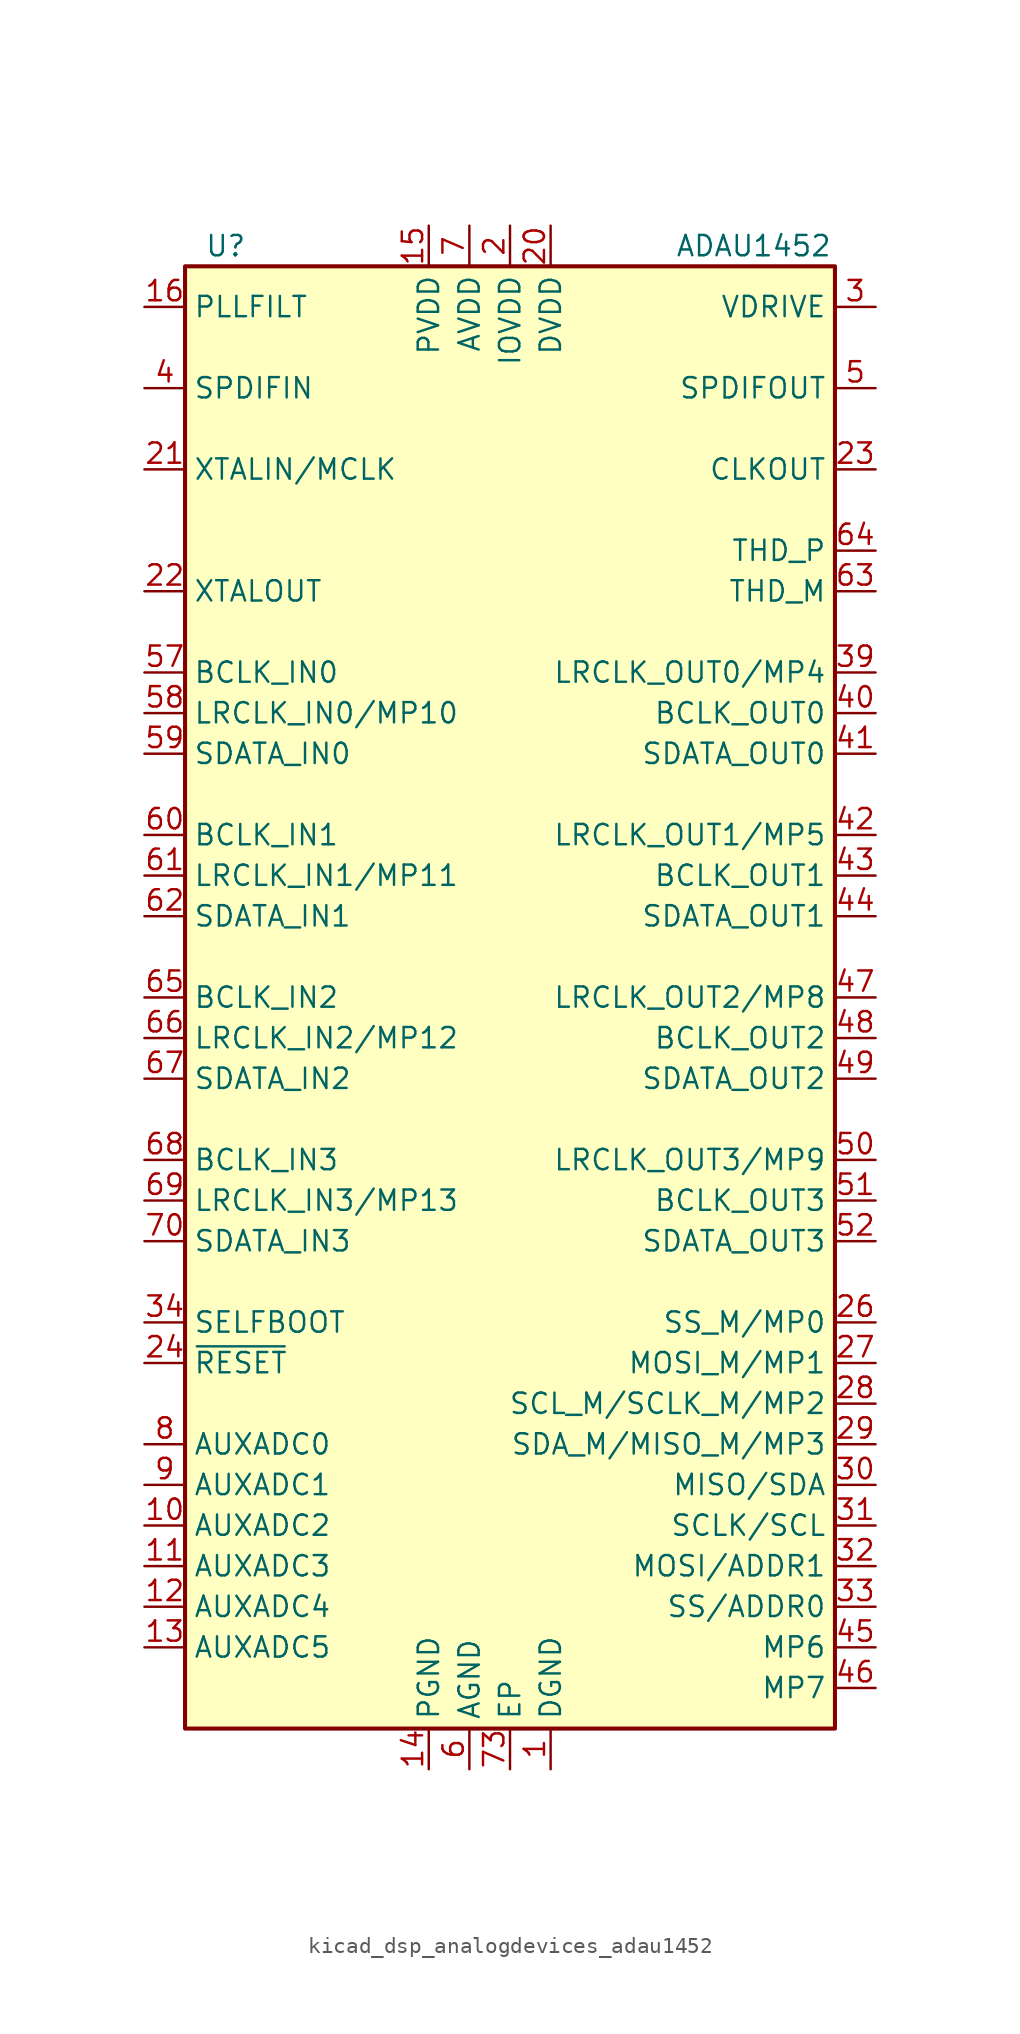
<source format=kicad_sym>
(kicad_symbol_lib
  (version 20220914)
  (generator kicad_symbol_editor)
  (symbol "kicad_dsp_analogdevices_adau1452"
    (property "Reference" "U"
      (at -17.78 46.99 0)
      (effects (font (size 1.27 1.27))))
    (property "Value" "ADAU1452"
      (at 15.24 46.99 0)
      (effects (font (size 1.27 1.27))))
    (symbol "kicad_dsp_analogdevices_adau1452_0_1"
      (rectangle (start -20.32 45.72) (end 20.32 -45.72) (stroke (width 0.254) (type default)) (fill (type background))))
    (symbol "kicad_dsp_analogdevices_adau1452_1_1"
      (pin power_in line (at 2.54 -48.26 90) (length 2.54) (name "DGND" (effects (font (size 1.27 1.27)))) (number "1" (effects (font (size 1.27 1.27)))))
      (pin input line (at -22.86 -33.02 0) (length 2.54) (name "AUXADC2" (effects (font (size 1.27 1.27)))) (number "10" (effects (font (size 1.27 1.27)))))
      (pin input line (at -22.86 -35.56 0) (length 2.54) (name "AUXADC3" (effects (font (size 1.27 1.27)))) (number "11" (effects (font (size 1.27 1.27)))))
      (pin input line (at -22.86 -38.1 0) (length 2.54) (name "AUXADC4" (effects (font (size 1.27 1.27)))) (number "12" (effects (font (size 1.27 1.27)))))
      (pin input line (at -22.86 -40.64 0) (length 2.54) (name "AUXADC5" (effects (font (size 1.27 1.27)))) (number "13" (effects (font (size 1.27 1.27)))))
      (pin power_in line (at -5.08 -48.26 90) (length 2.54) (name "PGND" (effects (font (size 1.27 1.27)))) (number "14" (effects (font (size 1.27 1.27)))))
      (pin power_in line (at -5.08 48.26 270) (length 2.54) (name "PVDD" (effects (font (size 1.27 1.27)))) (number "15" (effects (font (size 1.27 1.27)))))
      (pin passive line (at -22.86 43.18 0) (length 2.54) (name "PLLFILT" (effects (font (size 1.27 1.27)))) (number "16" (effects (font (size 1.27 1.27)))))
      (pin passive line (at 2.54 -48.26 90) (length 2.54) hide (name "DGND" (effects (font (size 1.27 1.27)))) (number "17" (effects (font (size 1.27 1.27)))))
      (pin passive line (at 0 48.26 270) (length 2.54) hide (name "IOVDD" (effects (font (size 1.27 1.27)))) (number "18" (effects (font (size 1.27 1.27)))))
      (pin passive line (at 2.54 -48.26 90) (length 2.54) hide (name "DGND" (effects (font (size 1.27 1.27)))) (number "19" (effects (font (size 1.27 1.27)))))
      (pin power_in line (at 0 48.26 270) (length 2.54) (name "IOVDD" (effects (font (size 1.27 1.27)))) (number "2" (effects (font (size 1.27 1.27)))))
      (pin power_in line (at 2.54 48.26 270) (length 2.54) (name "DVDD" (effects (font (size 1.27 1.27)))) (number "20" (effects (font (size 1.27 1.27)))))
      (pin input line (at -22.86 33.02 0) (length 2.54) (name "XTALIN/MCLK" (effects (font (size 1.27 1.27)))) (number "21" (effects (font (size 1.27 1.27)))))
      (pin output line (at -22.86 25.4 0) (length 2.54) (name "XTALOUT" (effects (font (size 1.27 1.27)))) (number "22" (effects (font (size 1.27 1.27)))))
      (pin output line (at 22.86 33.02 180) (length 2.54) (name "CLKOUT" (effects (font (size 1.27 1.27)))) (number "23" (effects (font (size 1.27 1.27)))))
      (pin input line (at -22.86 -22.86 0) (length 2.54) (name "~{RESET}" (effects (font (size 1.27 1.27)))) (number "24" (effects (font (size 1.27 1.27)))))
      (pin passive line (at 2.54 -48.26 90) (length 2.54) hide (name "DGND" (effects (font (size 1.27 1.27)))) (number "25" (effects (font (size 1.27 1.27)))))
      (pin bidirectional line (at 22.86 -20.32 180) (length 2.54) (name "SS_M/MP0" (effects (font (size 1.27 1.27)))) (number "26" (effects (font (size 1.27 1.27)))))
      (pin bidirectional line (at 22.86 -22.86 180) (length 2.54) (name "MOSI_M/MP1" (effects (font (size 1.27 1.27)))) (number "27" (effects (font (size 1.27 1.27)))))
      (pin bidirectional line (at 22.86 -25.4 180) (length 2.54) (name "SCL_M/SCLK_M/MP2" (effects (font (size 1.27 1.27)))) (number "28" (effects (font (size 1.27 1.27)))))
      (pin bidirectional line (at 22.86 -27.94 180) (length 2.54) (name "SDA_M/MISO_M/MP3" (effects (font (size 1.27 1.27)))) (number "29" (effects (font (size 1.27 1.27)))))
      (pin output line (at 22.86 43.18 180) (length 2.54) (name "VDRIVE" (effects (font (size 1.27 1.27)))) (number "3" (effects (font (size 1.27 1.27)))))
      (pin bidirectional line (at 22.86 -30.48 180) (length 2.54) (name "MISO/SDA" (effects (font (size 1.27 1.27)))) (number "30" (effects (font (size 1.27 1.27)))))
      (pin input line (at 22.86 -33.02 180) (length 2.54) (name "SCLK/SCL" (effects (font (size 1.27 1.27)))) (number "31" (effects (font (size 1.27 1.27)))))
      (pin input line (at 22.86 -35.56 180) (length 2.54) (name "MOSI/ADDR1" (effects (font (size 1.27 1.27)))) (number "32" (effects (font (size 1.27 1.27)))))
      (pin input line (at 22.86 -38.1 180) (length 2.54) (name "SS/ADDR0" (effects (font (size 1.27 1.27)))) (number "33" (effects (font (size 1.27 1.27)))))
      (pin input line (at -22.86 -20.32 0) (length 2.54) (name "SELFBOOT" (effects (font (size 1.27 1.27)))) (number "34" (effects (font (size 1.27 1.27)))))
      (pin passive line (at 2.54 48.26 270) (length 2.54) hide (name "DVDD" (effects (font (size 1.27 1.27)))) (number "35" (effects (font (size 1.27 1.27)))))
      (pin passive line (at 2.54 -48.26 90) (length 2.54) hide (name "DGND" (effects (font (size 1.27 1.27)))) (number "36" (effects (font (size 1.27 1.27)))))
      (pin passive line (at 2.54 -48.26 90) (length 2.54) hide (name "DGND" (effects (font (size 1.27 1.27)))) (number "37" (effects (font (size 1.27 1.27)))))
      (pin passive line (at 0 48.26 270) (length 2.54) hide (name "IOVDD" (effects (font (size 1.27 1.27)))) (number "38" (effects (font (size 1.27 1.27)))))
      (pin bidirectional line (at 22.86 20.32 180) (length 2.54) (name "LRCLK_OUT0/MP4" (effects (font (size 1.27 1.27)))) (number "39" (effects (font (size 1.27 1.27)))))
      (pin input line (at -22.86 38.1 0) (length 2.54) (name "SPDIFIN" (effects (font (size 1.27 1.27)))) (number "4" (effects (font (size 1.27 1.27)))))
      (pin bidirectional line (at 22.86 17.78 180) (length 2.54) (name "BCLK_OUT0" (effects (font (size 1.27 1.27)))) (number "40" (effects (font (size 1.27 1.27)))))
      (pin output line (at 22.86 15.24 180) (length 2.54) (name "SDATA_OUT0" (effects (font (size 1.27 1.27)))) (number "41" (effects (font (size 1.27 1.27)))))
      (pin bidirectional line (at 22.86 10.16 180) (length 2.54) (name "LRCLK_OUT1/MP5" (effects (font (size 1.27 1.27)))) (number "42" (effects (font (size 1.27 1.27)))))
      (pin bidirectional line (at 22.86 7.62 180) (length 2.54) (name "BCLK_OUT1" (effects (font (size 1.27 1.27)))) (number "43" (effects (font (size 1.27 1.27)))))
      (pin output line (at 22.86 5.08 180) (length 2.54) (name "SDATA_OUT1" (effects (font (size 1.27 1.27)))) (number "44" (effects (font (size 1.27 1.27)))))
      (pin bidirectional line (at 22.86 -40.64 180) (length 2.54) (name "MP6" (effects (font (size 1.27 1.27)))) (number "45" (effects (font (size 1.27 1.27)))))
      (pin bidirectional line (at 22.86 -43.18 180) (length 2.54) (name "MP7" (effects (font (size 1.27 1.27)))) (number "46" (effects (font (size 1.27 1.27)))))
      (pin bidirectional line (at 22.86 0 180) (length 2.54) (name "LRCLK_OUT2/MP8" (effects (font (size 1.27 1.27)))) (number "47" (effects (font (size 1.27 1.27)))))
      (pin bidirectional line (at 22.86 -2.54 180) (length 2.54) (name "BCLK_OUT2" (effects (font (size 1.27 1.27)))) (number "48" (effects (font (size 1.27 1.27)))))
      (pin output line (at 22.86 -5.08 180) (length 2.54) (name "SDATA_OUT2" (effects (font (size 1.27 1.27)))) (number "49" (effects (font (size 1.27 1.27)))))
      (pin output line (at 22.86 38.1 180) (length 2.54) (name "SPDIFOUT" (effects (font (size 1.27 1.27)))) (number "5" (effects (font (size 1.27 1.27)))))
      (pin bidirectional line (at 22.86 -10.16 180) (length 2.54) (name "LRCLK_OUT3/MP9" (effects (font (size 1.27 1.27)))) (number "50" (effects (font (size 1.27 1.27)))))
      (pin bidirectional line (at 22.86 -12.7 180) (length 2.54) (name "BCLK_OUT3" (effects (font (size 1.27 1.27)))) (number "51" (effects (font (size 1.27 1.27)))))
      (pin output line (at 22.86 -15.24 180) (length 2.54) (name "SDATA_OUT3" (effects (font (size 1.27 1.27)))) (number "52" (effects (font (size 1.27 1.27)))))
      (pin passive line (at 2.54 48.26 270) (length 2.54) hide (name "DVDD" (effects (font (size 1.27 1.27)))) (number "53" (effects (font (size 1.27 1.27)))))
      (pin passive line (at 2.54 -48.26 90) (length 2.54) hide (name "DGND" (effects (font (size 1.27 1.27)))) (number "54" (effects (font (size 1.27 1.27)))))
      (pin passive line (at 2.54 -48.26 90) (length 2.54) hide (name "DGND" (effects (font (size 1.27 1.27)))) (number "55" (effects (font (size 1.27 1.27)))))
      (pin passive line (at 0 48.26 270) (length 2.54) hide (name "IOVDD" (effects (font (size 1.27 1.27)))) (number "56" (effects (font (size 1.27 1.27)))))
      (pin bidirectional line (at -22.86 20.32 0) (length 2.54) (name "BCLK_IN0" (effects (font (size 1.27 1.27)))) (number "57" (effects (font (size 1.27 1.27)))))
      (pin bidirectional line (at -22.86 17.78 0) (length 2.54) (name "LRCLK_IN0/MP10" (effects (font (size 1.27 1.27)))) (number "58" (effects (font (size 1.27 1.27)))))
      (pin input line (at -22.86 15.24 0) (length 2.54) (name "SDATA_IN0" (effects (font (size 1.27 1.27)))) (number "59" (effects (font (size 1.27 1.27)))))
      (pin power_in line (at -2.54 -48.26 90) (length 2.54) (name "AGND" (effects (font (size 1.27 1.27)))) (number "6" (effects (font (size 1.27 1.27)))))
      (pin bidirectional line (at -22.86 10.16 0) (length 2.54) (name "BCLK_IN1" (effects (font (size 1.27 1.27)))) (number "60" (effects (font (size 1.27 1.27)))))
      (pin bidirectional line (at -22.86 7.62 0) (length 2.54) (name "LRCLK_IN1/MP11" (effects (font (size 1.27 1.27)))) (number "61" (effects (font (size 1.27 1.27)))))
      (pin input line (at -22.86 5.08 0) (length 2.54) (name "SDATA_IN1" (effects (font (size 1.27 1.27)))) (number "62" (effects (font (size 1.27 1.27)))))
      (pin passive line (at 22.86 25.4 180) (length 2.54) (name "THD_M" (effects (font (size 1.27 1.27)))) (number "63" (effects (font (size 1.27 1.27)))))
      (pin passive line (at 22.86 27.94 180) (length 2.54) (name "THD_P" (effects (font (size 1.27 1.27)))) (number "64" (effects (font (size 1.27 1.27)))))
      (pin bidirectional line (at -22.86 0 0) (length 2.54) (name "BCLK_IN2" (effects (font (size 1.27 1.27)))) (number "65" (effects (font (size 1.27 1.27)))))
      (pin bidirectional line (at -22.86 -2.54 0) (length 2.54) (name "LRCLK_IN2/MP12" (effects (font (size 1.27 1.27)))) (number "66" (effects (font (size 1.27 1.27)))))
      (pin input line (at -22.86 -5.08 0) (length 2.54) (name "SDATA_IN2" (effects (font (size 1.27 1.27)))) (number "67" (effects (font (size 1.27 1.27)))))
      (pin bidirectional line (at -22.86 -10.16 0) (length 2.54) (name "BCLK_IN3" (effects (font (size 1.27 1.27)))) (number "68" (effects (font (size 1.27 1.27)))))
      (pin bidirectional line (at -22.86 -12.7 0) (length 2.54) (name "LRCLK_IN3/MP13" (effects (font (size 1.27 1.27)))) (number "69" (effects (font (size 1.27 1.27)))))
      (pin power_in line (at -2.54 48.26 270) (length 2.54) (name "AVDD" (effects (font (size 1.27 1.27)))) (number "7" (effects (font (size 1.27 1.27)))))
      (pin input line (at -22.86 -15.24 0) (length 2.54) (name "SDATA_IN3" (effects (font (size 1.27 1.27)))) (number "70" (effects (font (size 1.27 1.27)))))
      (pin passive line (at 2.54 48.26 270) (length 2.54) hide (name "DVDD" (effects (font (size 1.27 1.27)))) (number "71" (effects (font (size 1.27 1.27)))))
      (pin passive line (at 2.54 -48.26 90) (length 2.54) hide (name "DGND" (effects (font (size 1.27 1.27)))) (number "72" (effects (font (size 1.27 1.27)))))
      (pin power_in line (at 0 -48.26 90) (length 2.54) (name "EP" (effects (font (size 1.27 1.27)))) (number "73" (effects (font (size 1.27 1.27)))))
      (pin input line (at -22.86 -27.94 0) (length 2.54) (name "AUXADC0" (effects (font (size 1.27 1.27)))) (number "8" (effects (font (size 1.27 1.27)))))
      (pin input line (at -22.86 -30.48 0) (length 2.54) (name "AUXADC1" (effects (font (size 1.27 1.27)))) (number "9" (effects (font (size 1.27 1.27))))))))
</source>
